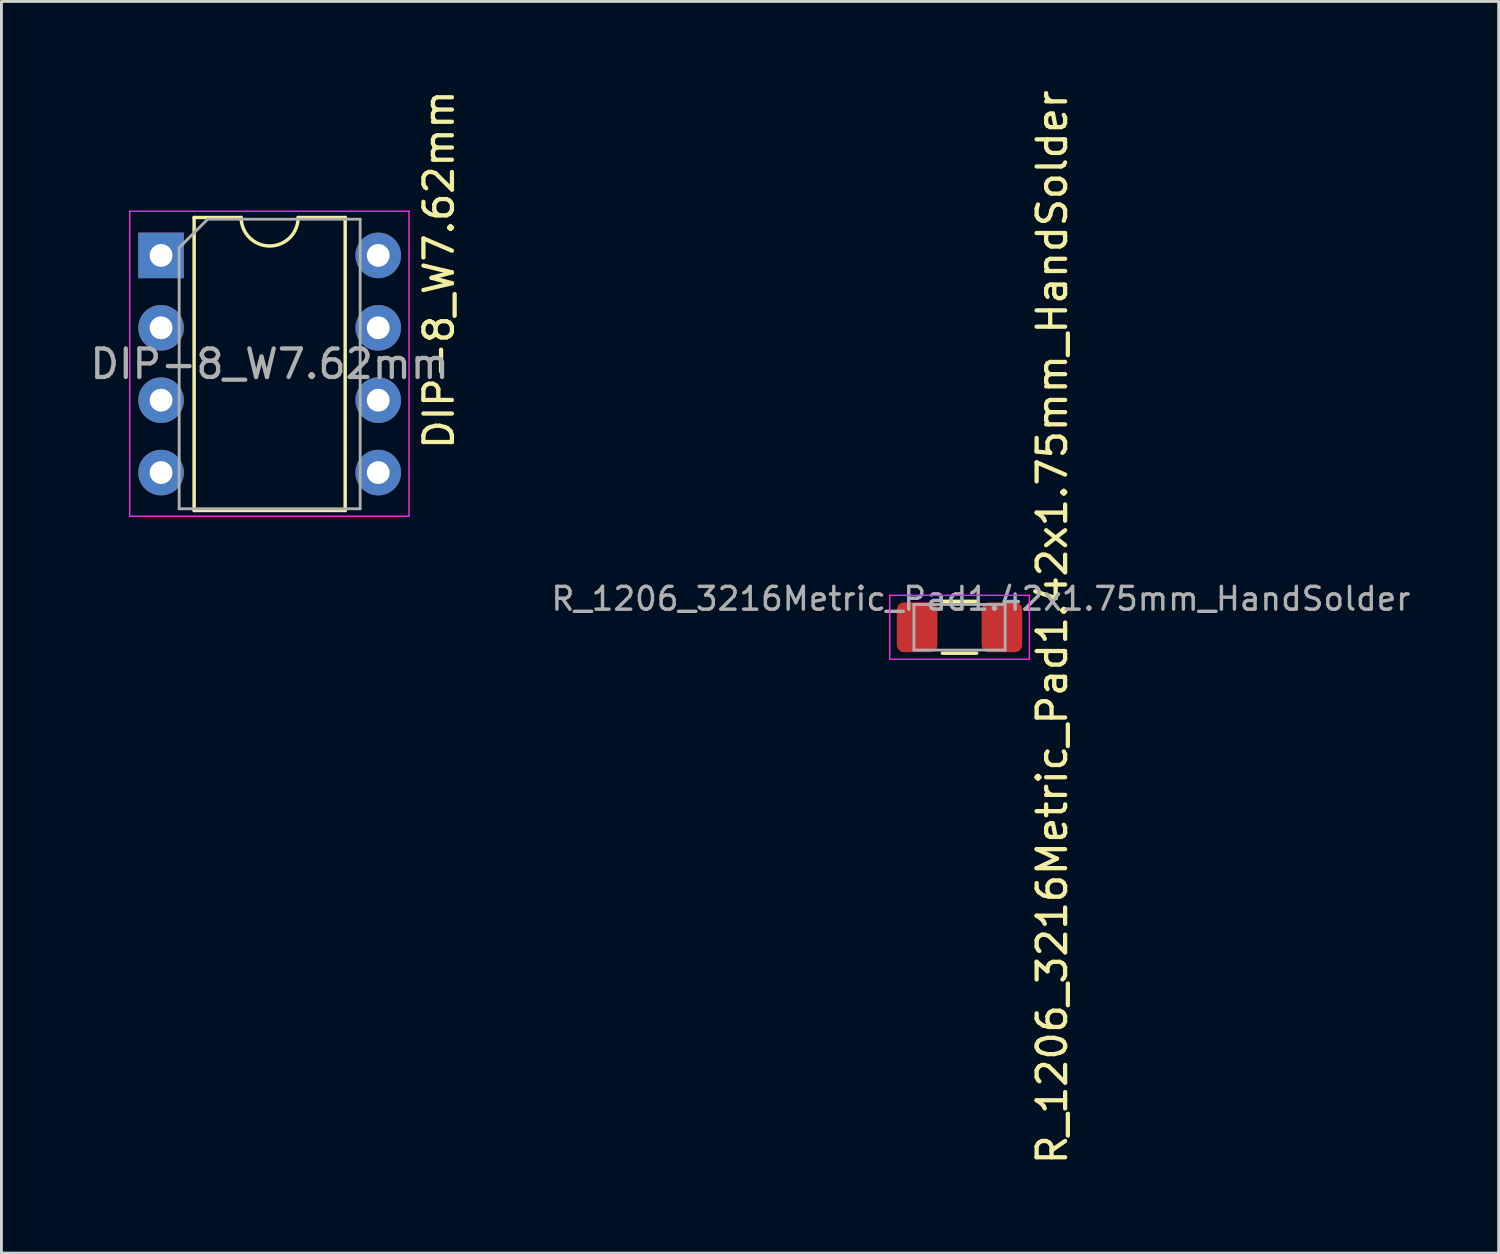
<source format=kicad_pcb>
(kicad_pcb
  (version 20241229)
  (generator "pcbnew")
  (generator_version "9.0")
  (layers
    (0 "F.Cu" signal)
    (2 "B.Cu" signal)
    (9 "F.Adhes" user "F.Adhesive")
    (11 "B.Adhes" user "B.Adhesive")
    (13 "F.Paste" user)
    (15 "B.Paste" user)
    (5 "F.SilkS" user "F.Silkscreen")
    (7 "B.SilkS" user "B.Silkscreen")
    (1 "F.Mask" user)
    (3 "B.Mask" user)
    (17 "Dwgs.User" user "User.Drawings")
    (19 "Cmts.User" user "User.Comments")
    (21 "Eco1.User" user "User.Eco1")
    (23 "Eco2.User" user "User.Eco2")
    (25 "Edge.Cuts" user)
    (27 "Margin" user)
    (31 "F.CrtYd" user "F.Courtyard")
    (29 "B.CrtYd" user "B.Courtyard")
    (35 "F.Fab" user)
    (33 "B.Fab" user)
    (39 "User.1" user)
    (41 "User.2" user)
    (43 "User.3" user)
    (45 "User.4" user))
  (footprint "R_1206_3216Metric_Pad1.42x1.75mm_HandSolder"
    (layer "F.Cu")
    (at 30.616 18.958)
    (property "Reference" "R_1206_3216Metric_Pad1.42x1.75mm_HandSolder" (at 3.25 0 90) (layer "F.SilkS") (effects (font (size 1 1) (thickness 0.15))))
    (attr smd)
    (fp_line (start -0.602 -0.91) (end 0.602 -0.91) (stroke (width 0.12) (type solid)) (layer "F.SilkS"))
    (fp_line (start -0.602 0.91) (end 0.602 0.91) (stroke (width 0.12) (type solid)) (layer "F.SilkS"))
    (fp_line (start -2.45 -1.12) (end 2.45 -1.12) (stroke (width 0.05) (type solid)) (layer "F.CrtYd"))
    (fp_line (start -2.45 1.12) (end -2.45 -1.12) (stroke (width 0.05) (type solid)) (layer "F.CrtYd"))
    (fp_line (start 2.45 -1.12) (end 2.45 1.12) (stroke (width 0.05) (type solid)) (layer "F.CrtYd"))
    (fp_line (start 2.45 1.12) (end -2.45 1.12) (stroke (width 0.05) (type solid)) (layer "F.CrtYd"))
    (fp_line (start -1.6 -0.8) (end 1.6 -0.8) (stroke (width 0.1) (type solid)) (layer "F.Fab"))
    (fp_line (start -1.6 0.8) (end -1.6 -0.8) (stroke (width 0.1) (type solid)) (layer "F.Fab"))
    (fp_line (start 1.6 -0.8) (end 1.6 0.8) (stroke (width 0.1) (type solid)) (layer "F.Fab"))
    (fp_line (start 1.6 0.8) (end -1.6 0.8) (stroke (width 0.1) (type solid)) (layer "F.Fab"))
    (fp_text user "${REFERENCE}" (at 0.75 -1 180) (layer "F.Fab") (effects (font (size 0.8 0.8) (thickness 0.12))))
    (pad "1" smd roundrect (at -1.488 0) (size 1.425 1.75) (layers "F.Cu" "F.Mask" "F.Paste") (roundrect_rratio 0.175))
    (pad "2" smd roundrect (at 1.488 0) (size 1.425 1.75) (layers "F.Cu" "F.Mask" "F.Paste") (roundrect_rratio 0.175)))
  (footprint "DIP-8_W7.62mm"
    (layer "F.Cu")
    (at 2.601 5.911)
    (property "Reference" "DIP-8_W7.62mm" (at 9.75 0.5 270) (layer "F.SilkS") (effects (font (size 1 1) (thickness 0.15))))
    (attr through_hole)
    (fp_line (start 1.16 -1.33) (end 1.16 8.95) (stroke (width 0.12) (type solid)) (layer "F.SilkS"))
    (fp_line (start 1.16 8.95) (end 6.46 8.95) (stroke (width 0.12) (type solid)) (layer "F.SilkS"))
    (fp_line (start 2.81 -1.33) (end 1.16 -1.33) (stroke (width 0.12) (type solid)) (layer "F.SilkS"))
    (fp_line (start 6.46 -1.33) (end 4.81 -1.33) (stroke (width 0.12) (type solid)) (layer "F.SilkS"))
    (fp_line (start 6.46 8.95) (end 6.46 -1.33) (stroke (width 0.12) (type solid)) (layer "F.SilkS"))
    (fp_arc (start 4.81 -1.33) (mid 3.81 -0.33) (end 2.81 -1.33) (stroke (width 0.12) (type solid)) (layer "F.SilkS"))
    (fp_line (start -1.1 -1.55) (end -1.1 9.15) (stroke (width 0.05) (type solid)) (layer "F.CrtYd"))
    (fp_line (start -1.1 9.15) (end 8.7 9.15) (stroke (width 0.05) (type solid)) (layer "F.CrtYd"))
    (fp_line (start 8.7 -1.55) (end -1.1 -1.55) (stroke (width 0.05) (type solid)) (layer "F.CrtYd"))
    (fp_line (start 8.7 9.15) (end 8.7 -1.55) (stroke (width 0.05) (type solid)) (layer "F.CrtYd"))
    (fp_line (start 0.635 -0.27) (end 1.635 -1.27) (stroke (width 0.1) (type solid)) (layer "F.Fab"))
    (fp_line (start 0.635 8.89) (end 0.635 -0.27) (stroke (width 0.1) (type solid)) (layer "F.Fab"))
    (fp_line (start 1.635 -1.27) (end 6.985 -1.27) (stroke (width 0.1) (type solid)) (layer "F.Fab"))
    (fp_line (start 6.985 -1.27) (end 6.985 8.89) (stroke (width 0.1) (type solid)) (layer "F.Fab"))
    (fp_line (start 6.985 8.89) (end 0.635 8.89) (stroke (width 0.1) (type solid)) (layer "F.Fab"))
    (fp_text user "${REFERENCE}" (at 3.81 3.81 0) (layer "F.Fab") (effects (font (size 1 1) (thickness 0.15))))
    (pad "1" thru_hole rect (at 0 0) (size 1.6 1.6) (drill 0.8) (layers "*.Cu" "*.Mask"))
    (pad "2" thru_hole oval (at 0 2.54) (size 1.6 1.6) (drill 0.8) (layers "*.Cu" "*.Mask"))
    (pad "3" thru_hole oval (at 0 5.08) (size 1.6 1.6) (drill 0.8) (layers "*.Cu" "*.Mask"))
    (pad "4" thru_hole oval (at 0 7.62) (size 1.6 1.6) (drill 0.8) (layers "*.Cu" "*.Mask"))
    (pad "5" thru_hole oval (at 7.62 7.62) (size 1.6 1.6) (drill 0.8) (layers "*.Cu" "*.Mask"))
    (pad "6" thru_hole oval (at 7.62 5.08) (size 1.6 1.6) (drill 0.8) (layers "*.Cu" "*.Mask"))
    (pad "7" thru_hole oval (at 7.62 2.54) (size 1.6 1.6) (drill 0.8) (layers "*.Cu" "*.Mask"))
    (pad "8" thru_hole oval (at 7.62 0) (size 1.6 1.6) (drill 0.8) (layers "*.Cu" "*.Mask")))
  (gr_rect
    (start -3 -3)
    (end 49.532 40.917)
    (stroke (width 0.1) (type default))
    (fill no)
    (layer "Edge.Cuts")))
</source>
